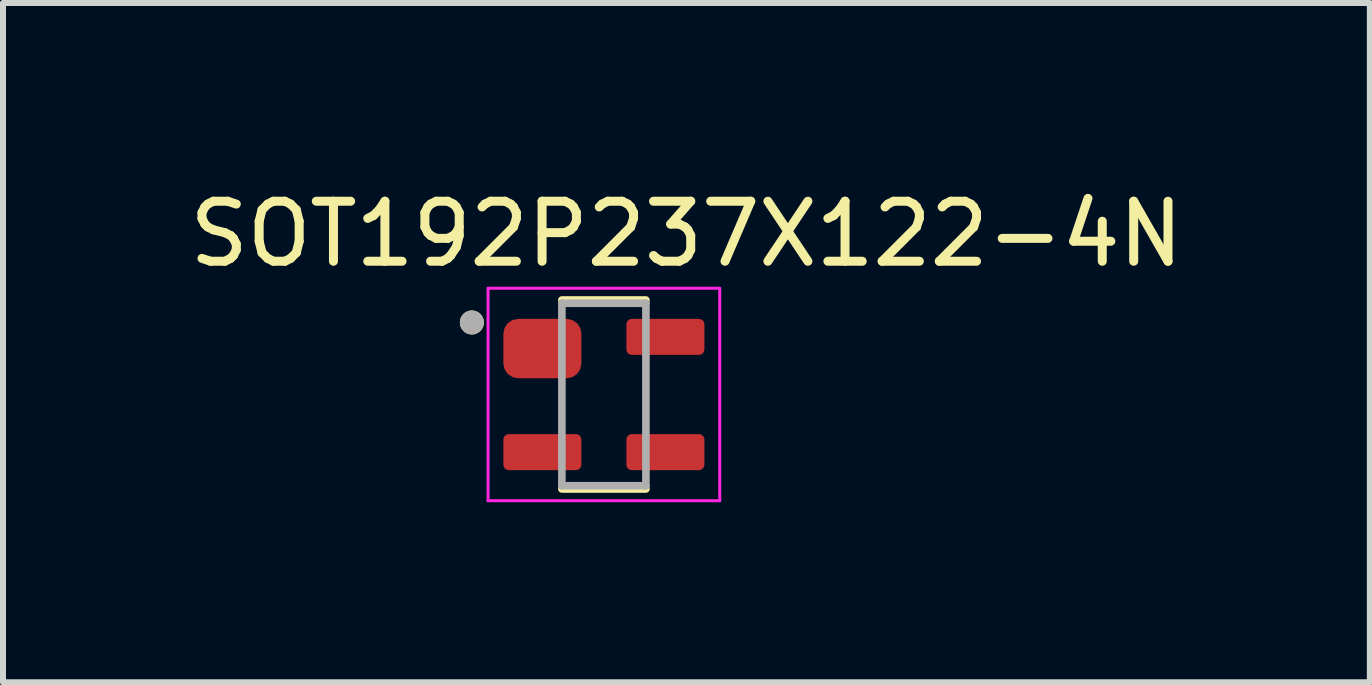
<source format=kicad_pcb>
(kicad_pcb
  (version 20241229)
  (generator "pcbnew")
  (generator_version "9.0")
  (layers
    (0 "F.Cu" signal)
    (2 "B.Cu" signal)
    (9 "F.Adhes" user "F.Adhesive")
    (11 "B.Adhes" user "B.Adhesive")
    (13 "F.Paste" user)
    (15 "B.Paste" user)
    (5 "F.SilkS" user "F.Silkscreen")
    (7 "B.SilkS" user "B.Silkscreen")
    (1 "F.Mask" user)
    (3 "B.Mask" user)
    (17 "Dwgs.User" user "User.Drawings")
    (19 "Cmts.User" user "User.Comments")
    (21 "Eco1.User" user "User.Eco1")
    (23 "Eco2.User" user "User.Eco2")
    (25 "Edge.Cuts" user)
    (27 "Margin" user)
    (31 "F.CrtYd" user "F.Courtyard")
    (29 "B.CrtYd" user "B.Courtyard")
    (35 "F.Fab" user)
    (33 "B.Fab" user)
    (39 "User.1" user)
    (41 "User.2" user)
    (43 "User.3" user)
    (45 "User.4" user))
  (footprint "SOT192P237X122-4N"
    (layer "F.Cu")
    (at 7.012 3.523)
    (property "Reference" "SOT192P237X122-4N" (at 1.375 -2.675 0) (layer "F.SilkS") (effects (font (size 1 1) (thickness 0.15))))
    (attr through_hole)
    (fp_line (start -0.7 -1.574) (end 0.7 -1.574) (stroke (width 0.127) (type solid)) (layer "F.SilkS"))
    (fp_line (start 0.7 1.574) (end -0.7 1.574) (stroke (width 0.127) (type solid)) (layer "F.SilkS"))
    (fp_circle (center -2.2 -1.2) (end -2.1 -1.2) (stroke (width 0.2) (type solid)) (fill no) (layer "F.SilkS"))
    (fp_line (start -1.93 -1.77) (end 1.93 -1.77) (stroke (width 0.05) (type solid)) (layer "F.CrtYd"))
    (fp_line (start -1.93 1.77) (end -1.93 -1.77) (stroke (width 0.05) (type solid)) (layer "F.CrtYd"))
    (fp_line (start 1.93 -1.77) (end 1.93 1.77) (stroke (width 0.05) (type solid)) (layer "F.CrtYd"))
    (fp_line (start 1.93 1.77) (end -1.93 1.77) (stroke (width 0.05) (type solid)) (layer "F.CrtYd"))
    (fp_line (start -0.7 -1.52) (end 0.7 -1.52) (stroke (width 0.127) (type solid)) (layer "F.Fab"))
    (fp_line (start -0.7 1.52) (end -0.7 -1.52) (stroke (width 0.127) (type solid)) (layer "F.Fab"))
    (fp_line (start 0.7 -1.52) (end 0.7 1.52) (stroke (width 0.127) (type solid)) (layer "F.Fab"))
    (fp_line (start 0.7 1.52) (end -0.7 1.52) (stroke (width 0.127) (type solid)) (layer "F.Fab"))
    (fp_circle (center -2.2 -1.2) (end -2.1 -1.2) (stroke (width 0.2) (type solid)) (fill no) (layer "F.Fab"))
    (pad "1" smd roundrect (at -1.025 -0.765) (size 1.3 0.99) (layers "F.Cu" "F.Mask" "F.Paste") (roundrect_rratio 0.25))
    (pad "2" smd roundrect (at -1.025 0.96) (size 1.3 0.6) (layers "F.Cu" "F.Mask" "F.Paste") (roundrect_rratio 0.15))
    (pad "3" smd roundrect (at 1.025 0.96) (size 1.3 0.6) (layers "F.Cu" "F.Mask" "F.Paste") (roundrect_rratio 0.15))
    (pad "4" smd roundrect (at 1.025 -0.96) (size 1.3 0.6) (layers "F.Cu" "F.Mask" "F.Paste") (roundrect_rratio 0.15)))
  (gr_rect
    (start -3 -3)
    (end 19.774 8.318)
    (stroke (width 0.1) (type default))
    (fill no)
    (layer "Edge.Cuts")))
</source>
